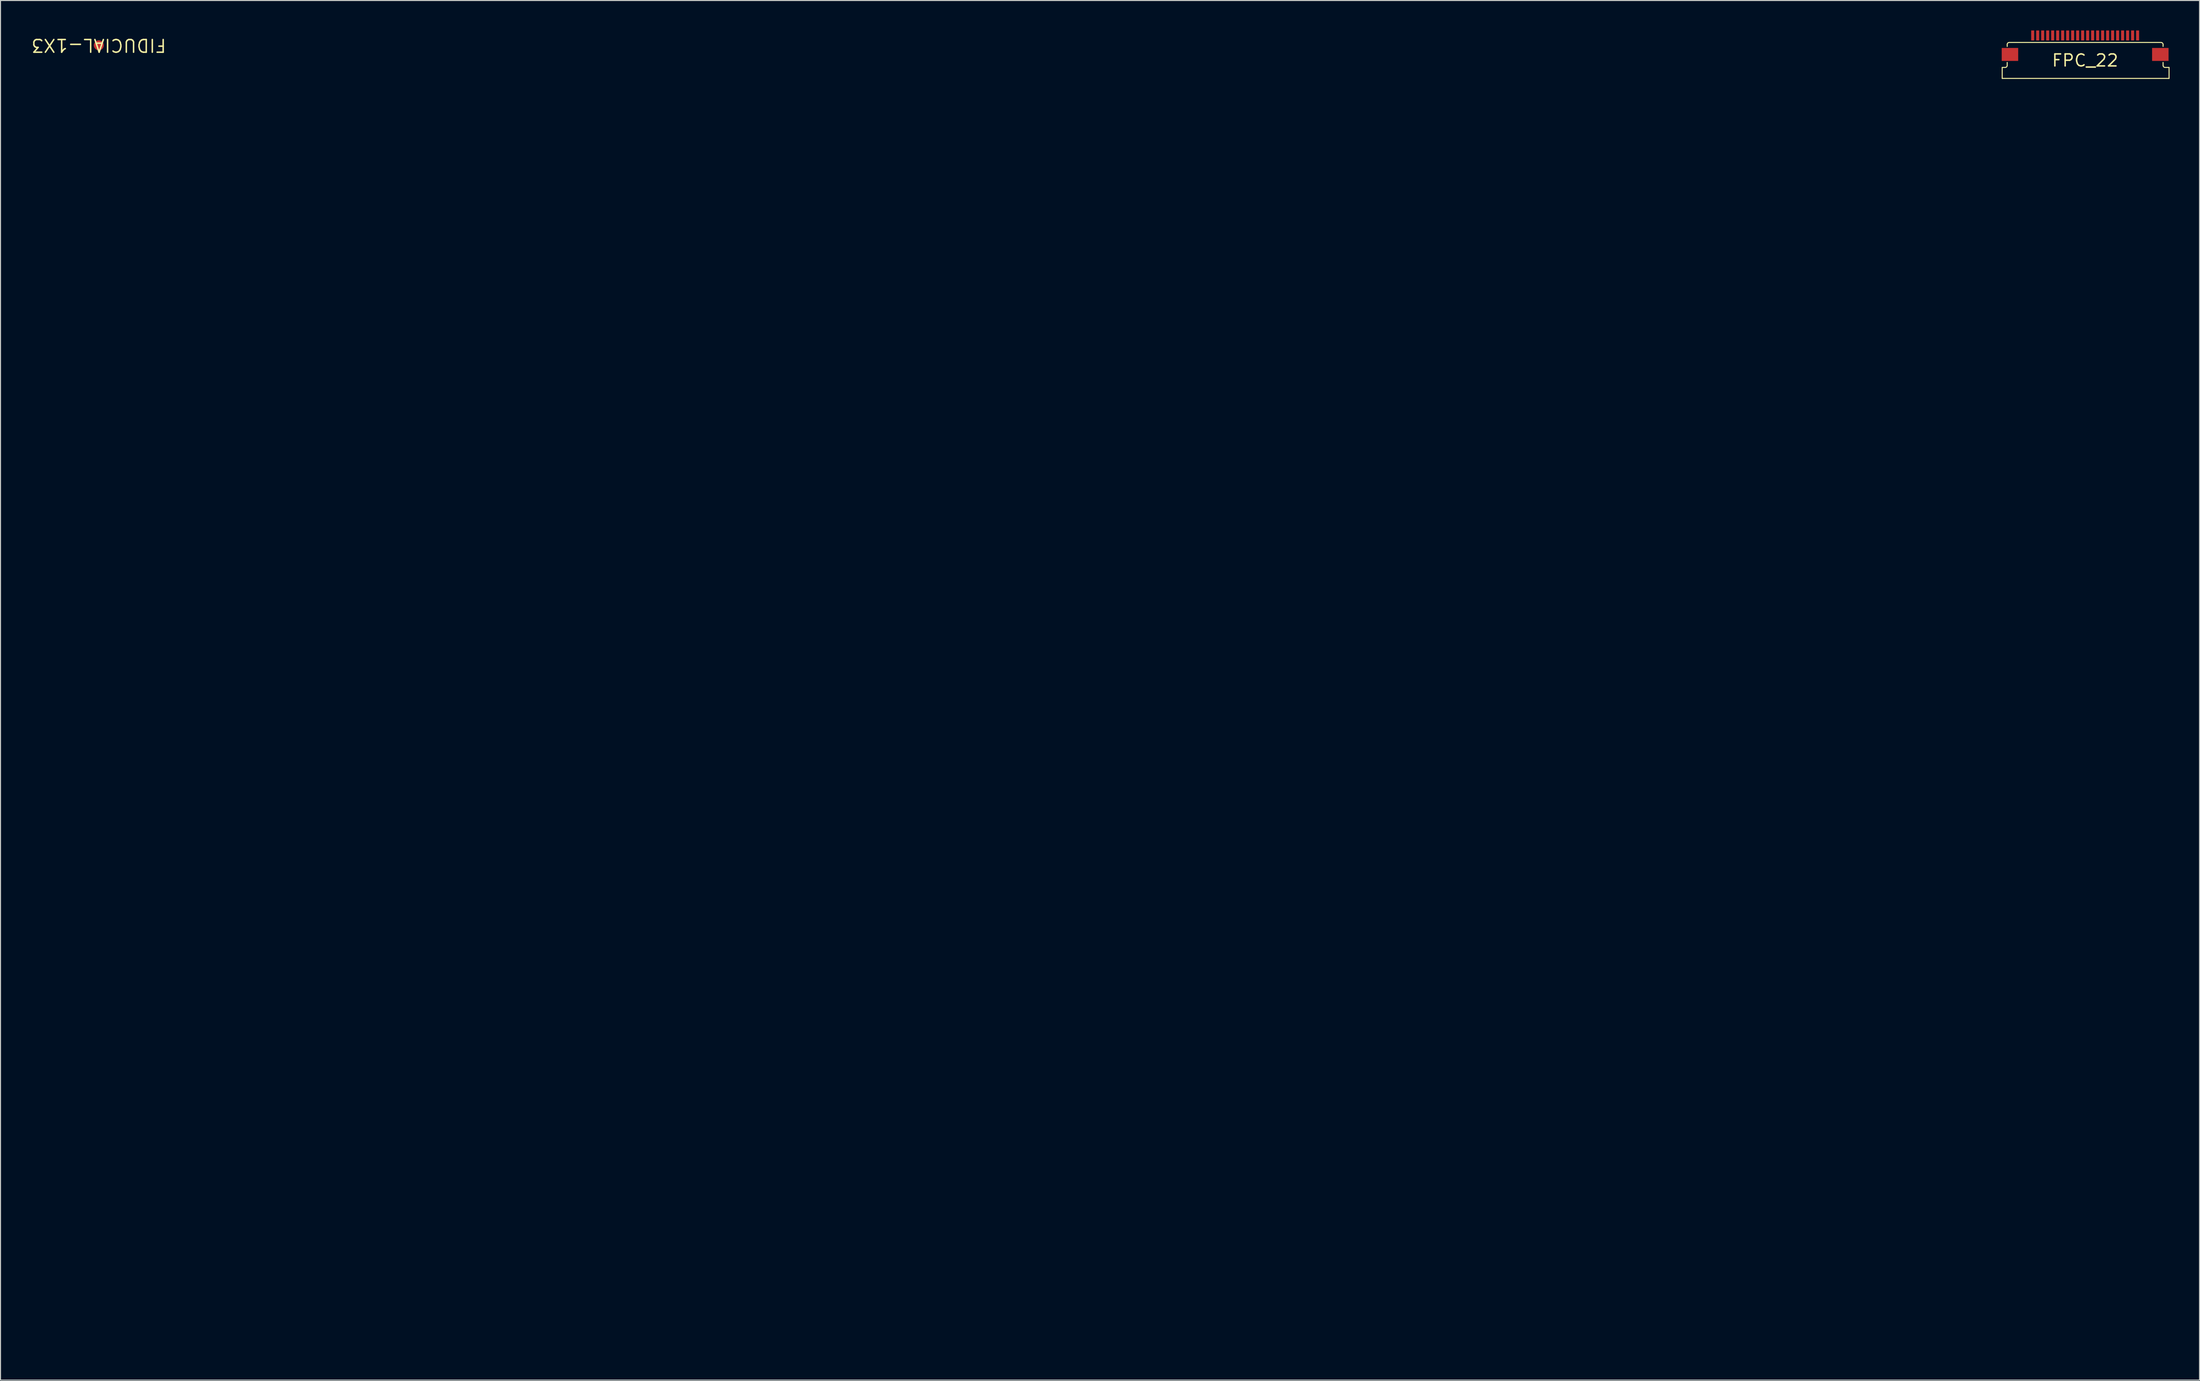
<source format=kicad_pcb>
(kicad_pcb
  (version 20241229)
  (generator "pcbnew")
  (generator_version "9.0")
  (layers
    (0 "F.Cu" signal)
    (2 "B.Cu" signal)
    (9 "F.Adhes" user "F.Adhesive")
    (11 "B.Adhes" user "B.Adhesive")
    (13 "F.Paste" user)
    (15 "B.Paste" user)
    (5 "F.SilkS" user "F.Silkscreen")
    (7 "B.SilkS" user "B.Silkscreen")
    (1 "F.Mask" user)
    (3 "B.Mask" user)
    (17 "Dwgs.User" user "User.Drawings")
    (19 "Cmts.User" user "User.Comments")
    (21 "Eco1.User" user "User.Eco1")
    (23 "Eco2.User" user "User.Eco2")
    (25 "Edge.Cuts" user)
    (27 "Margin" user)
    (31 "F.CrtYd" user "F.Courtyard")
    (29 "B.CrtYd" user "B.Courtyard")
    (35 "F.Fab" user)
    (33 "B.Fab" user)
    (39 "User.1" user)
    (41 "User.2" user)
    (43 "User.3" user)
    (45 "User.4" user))
  (footprint "FPC_22"
    (layer "F.Cu")
    (at 205.646 0.5)
    (property "Reference" "FPC_22" (at 0 2.5 0) (layer "F.SilkS") (effects (font (size 1.2 1.2) (thickness 0.15))))
    (attr through_hole)
    (fp_line (start -8.3 3.2) (end -8.3 4.3) (stroke (width 0.1) (type solid)) (layer "F.SilkS"))
    (fp_line (start -8.3 3.2) (end -8 3.2) (stroke (width 0.1) (type solid)) (layer "F.SilkS"))
    (fp_line (start -8.3 4.3) (end 8.4 4.3) (stroke (width 0.1) (type solid)) (layer "F.SilkS"))
    (fp_line (start -7.8 0.9) (end -7.8 1.1) (stroke (width 0.1) (type solid)) (layer "F.SilkS"))
    (fp_line (start -7.8 3) (end -7.8 2.7) (stroke (width 0.1) (type solid)) (layer "F.SilkS"))
    (fp_line (start -7.6 0.7) (end 7.6 0.7) (stroke (width 0.1) (type solid)) (layer "F.SilkS"))
    (fp_line (start 7.8 0.9) (end 7.8 1.1) (stroke (width 0.1) (type solid)) (layer "F.SilkS"))
    (fp_line (start 7.8 3) (end 7.8 2.7) (stroke (width 0.1) (type solid)) (layer "F.SilkS"))
    (fp_line (start 8.4 3.2) (end 8 3.2) (stroke (width 0.1) (type solid)) (layer "F.SilkS"))
    (fp_line (start 8.4 4.3) (end 8.4 3.2) (stroke (width 0.1) (type solid)) (layer "F.SilkS"))
    (fp_arc (start -7.8 0.9) (mid -7.741421 0.758579) (end -7.6 0.7) (stroke (width 0.1) (type solid)) (layer "F.SilkS"))
    (fp_arc (start -7.8 3) (mid -7.858579 3.141421) (end -8 3.2) (stroke (width 0.1) (type solid)) (layer "F.SilkS"))
    (fp_arc (start 7.6 0.7) (mid 7.741421 0.758579) (end 7.8 0.9) (stroke (width 0.1) (type solid)) (layer "F.SilkS"))
    (fp_arc (start 8 3.2) (mid 7.858579 3.141421) (end 7.8 3) (stroke (width 0.1) (type solid)) (layer "F.SilkS"))
    (pad "0" smd rect (at -7.525 1.9) (size 1.65 1.3) (layers "F.Cu" "F.Mask" "F.Paste"))
    (pad "0" smd rect (at 7.525 1.9) (size 1.65 1.3) (layers "F.Cu" "F.Mask" "F.Paste"))
    (pad "1" smd rect (at 5.25 0) (size 0.3 1) (layers "F.Cu" "F.Mask" "F.Paste"))
    (pad "2" smd rect (at 4.75 0) (size 0.3 1) (layers "F.Cu" "F.Mask" "F.Paste"))
    (pad "3" smd rect (at 4.25 0) (size 0.3 1) (layers "F.Cu" "F.Mask" "F.Paste"))
    (pad "4" smd rect (at 3.75 0) (size 0.3 1) (layers "F.Cu" "F.Mask" "F.Paste"))
    (pad "5" smd rect (at 3.25 0) (size 0.3 1) (layers "F.Cu" "F.Mask" "F.Paste"))
    (pad "6" smd rect (at 2.75 0) (size 0.3 1) (layers "F.Cu" "F.Mask" "F.Paste"))
    (pad "7" smd rect (at 2.25 0) (size 0.3 1) (layers "F.Cu" "F.Mask" "F.Paste"))
    (pad "8" smd rect (at 1.75 0) (size 0.3 1) (layers "F.Cu" "F.Mask" "F.Paste"))
    (pad "9" smd rect (at 1.25 0) (size 0.3 1) (layers "F.Cu" "F.Mask" "F.Paste"))
    (pad "10" smd rect (at 0.75 0) (size 0.3 1) (layers "F.Cu" "F.Mask" "F.Paste"))
    (pad "11" smd rect (at 0.25 0) (size 0.3 1) (layers "F.Cu" "F.Mask" "F.Paste"))
    (pad "12" smd rect (at -0.25 0) (size 0.3 1) (layers "F.Cu" "F.Mask" "F.Paste"))
    (pad "13" smd rect (at -0.75 0) (size 0.3 1) (layers "F.Cu" "F.Mask" "F.Paste"))
    (pad "14" smd rect (at -1.25 0) (size 0.3 1) (layers "F.Cu" "F.Mask" "F.Paste"))
    (pad "15" smd rect (at -1.75 0) (size 0.3 1) (layers "F.Cu" "F.Mask" "F.Paste"))
    (pad "16" smd rect (at -2.25 0) (size 0.3 1) (layers "F.Cu" "F.Mask" "F.Paste"))
    (pad "17" smd rect (at -2.75 0) (size 0.3 1) (layers "F.Cu" "F.Mask" "F.Paste"))
    (pad "18" smd rect (at -3.25 0) (size 0.3 1) (layers "F.Cu" "F.Mask" "F.Paste"))
    (pad "19" smd rect (at -3.75 0) (size 0.3 1) (layers "F.Cu" "F.Mask" "F.Paste"))
    (pad "20" smd rect (at -4.25 0) (size 0.3 1) (layers "F.Cu" "F.Mask" "F.Paste"))
    (pad "21" smd rect (at -4.75 0) (size 0.3 1) (layers "F.Cu" "F.Mask" "F.Paste"))
    (pad "22" smd rect (at -5.25 0) (size 0.3 1) (layers "F.Cu" "F.Mask" "F.Paste")))
  (footprint "FIDUCIAL-1X3"
    (layer "F.Cu")
    (at 6.841 1.485)
    (property "Reference" "FIDUCIAL-1X3" (at 0 0 180) (unlocked yes) (layer "F.SilkS") (effects (font (size 1.27 1.27) (thickness 0.15))))
    (fp_circle (center 0 0) (end 0.85 0) (stroke (width 1.27) (type solid)) (fill no) (layer "F.Mask"))
    (pad "1" smd roundrect (at 0 0 180) (size 1 1) (layers "F.Cu" "F.Mask") (roundrect_rratio 0.5))
    (zone (net_name "") (layer "F.Cu") (hatch edge 0.5) (connect_pads) (min_thickness 0.25) (filled_areas_thickness no) (keepout (tracks not_allowed) (vias not_allowed) (pads not_allowed) (copperpour not_allowed) (footprints allowed)) (placement (enabled no)) (fill) (polygon (pts (xy 191.319 130.619) (xy 191.339 130.864) (xy 191.399 131.102) (xy 191.498 131.327) (xy 191.633 131.533) (xy 191.799 131.714) (xy 191.993 131.865) (xy 192.209 131.982) (xy 192.442 132.062) (xy 192.684 132.102) (xy 192.93 132.102) (xy 193.173 132.062) (xy 193.405 131.982) (xy 193.621 131.865) (xy 193.815 131.714) (xy 193.982 131.533) (xy 194.116 131.327) (xy 194.215 131.102) (xy 194.275 130.864) (xy 194.296 130.619) (xy 194.275 130.374) (xy 194.215 130.135) (xy 194.116 129.91) (xy 193.982 129.704) (xy 193.815 129.523) (xy 193.621 129.372) (xy 193.405 129.255) (xy 193.173 129.176) (xy 192.93 129.135) (xy 192.684 129.135) (xy 192.442 129.176) (xy 192.209 129.255) (xy 191.993 129.372) (xy 191.799 129.523) (xy 191.633 129.704) (xy 191.498 129.91) (xy 191.399 130.135) (xy 191.339 130.374))) (polygon (pts (xy 191.446 130.619) (xy 191.465 130.849) (xy 191.523 131.072) (xy 191.619 131.283) (xy 191.748 131.474) (xy 191.908 131.641) (xy 192.093 131.778) (xy 192.3 131.882) (xy 192.52 131.95) (xy 192.749 131.979) (xy 192.98 131.969) (xy 193.206 131.92) (xy 193.42 131.834) (xy 193.617 131.713) (xy 193.79 131.561) (xy 193.935 131.381) (xy 194.048 131.179) (xy 194.125 130.962) (xy 194.164 130.734) (xy 194.164 130.503) (xy 194.125 130.276) (xy 194.048 130.058) (xy 193.935 129.856) (xy 193.79 129.677) (xy 193.617 129.524) (xy 193.42 129.403) (xy 193.206 129.317) (xy 192.98 129.268) (xy 192.749 129.258) (xy 192.52 129.288) (xy 192.3 129.355) (xy 192.093 129.459) (xy 191.908 129.597) (xy 191.748 129.763) (xy 191.619 129.955) (xy 191.523 130.165) (xy 191.465 130.389)))))
  (gr_rect
    (start -3 -3)
    (end 217.096 135.102)
    (stroke (width 0.1) (type default))
    (fill no)
    (layer "Edge.Cuts")))
</source>
